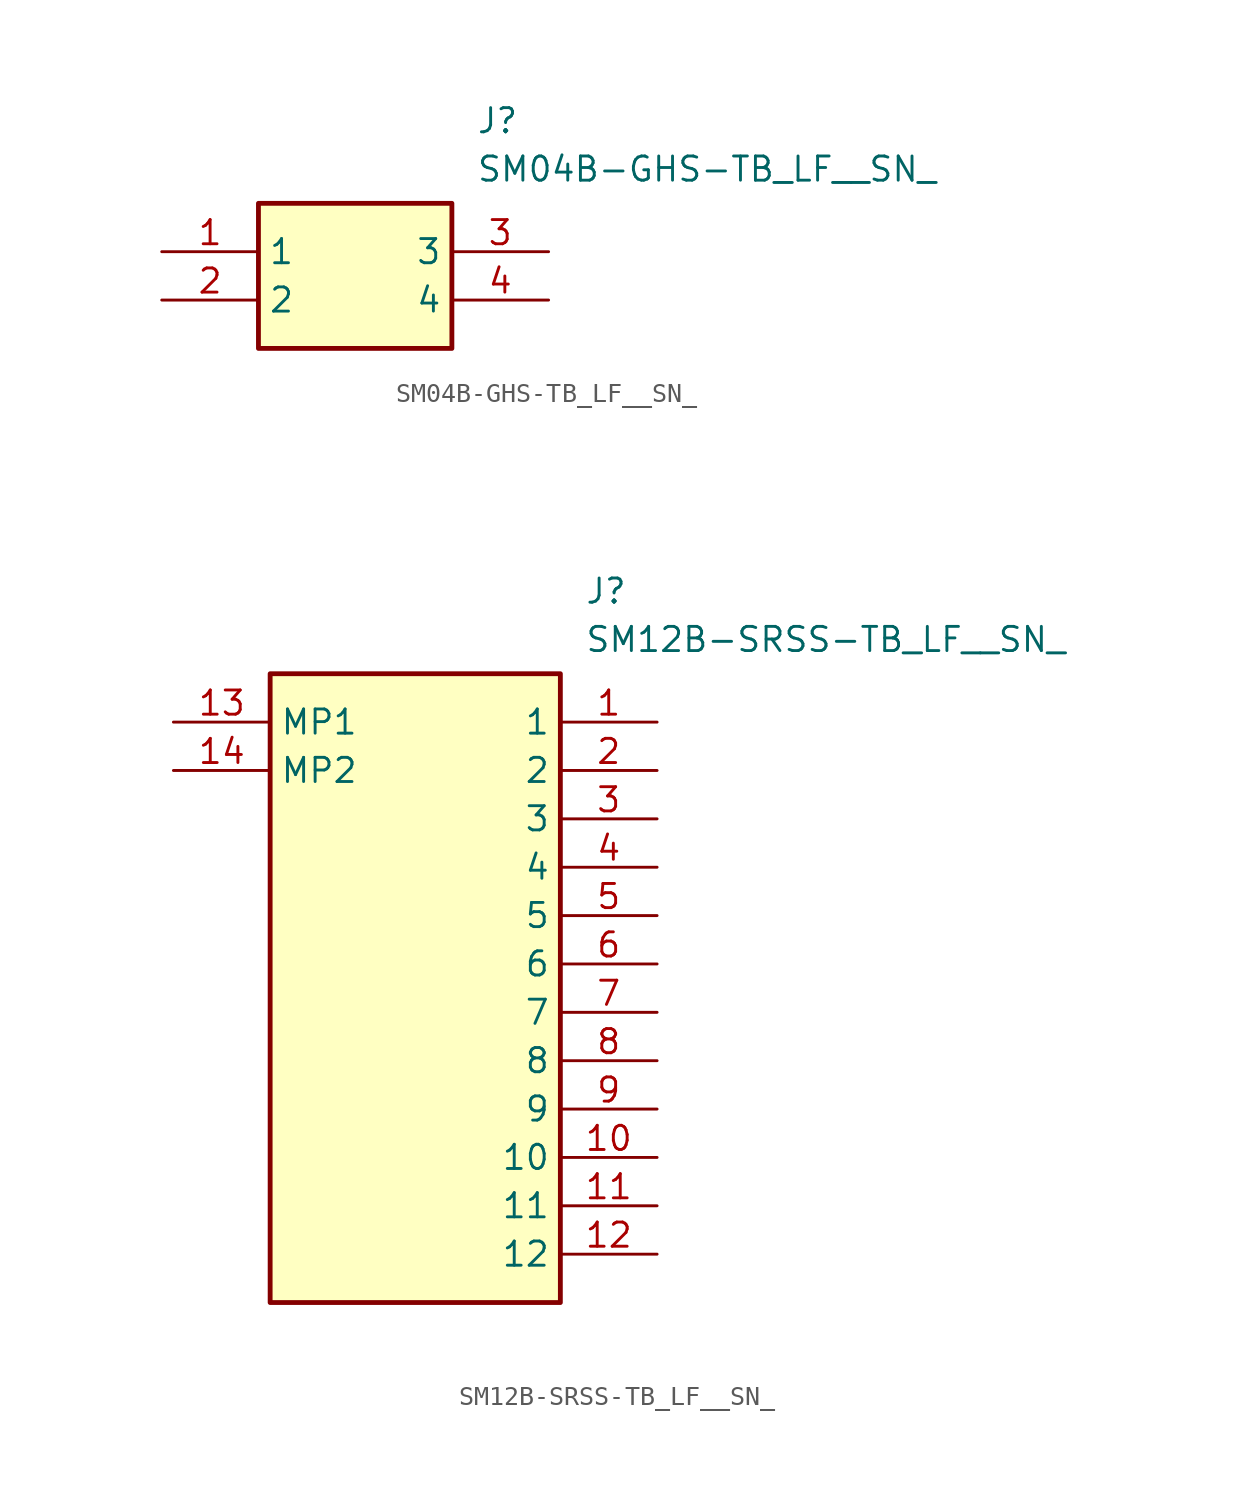
<source format=kicad_sym>
(kicad_symbol_lib
  (version 20241209)
  (generator "kicad_symbol_editor")
  (generator_version "9.0")
  (symbol "SM04B-GHS-TB_LF__SN_"
    (property "Reference" "J"
      (at 16.51 7.62 0)
      (effects (font (size 1.27 1.27)) (justify left top)))
    (property "Value" "SM04B-GHS-TB_LF__SN_"
      (at 16.51 5.08 0)
      (effects (font (size 1.27 1.27)) (justify left top)))
    (symbol "SM04B-GHS-TB_LF__SN__1_1"
      (rectangle (start 5.08 2.54) (end 15.24 -5.08) (stroke (width 0.254) (type default)) (fill (type background)))
      (pin passive line (at 0 0 0) (length 5.08) (name "1" (effects (font (size 1.27 1.27)))) (number "1" (effects (font (size 1.27 1.27)))))
      (pin passive line (at 0 -2.54 0) (length 5.08) (name "2" (effects (font (size 1.27 1.27)))) (number "2" (effects (font (size 1.27 1.27)))))
      (pin passive line (at 20.32 0 180) (length 5.08) (name "3" (effects (font (size 1.27 1.27)))) (number "3" (effects (font (size 1.27 1.27)))))
      (pin passive line (at 20.32 -2.54 180) (length 5.08) (name "4" (effects (font (size 1.27 1.27)))) (number "4" (effects (font (size 1.27 1.27)))))))
  (symbol "SM12B-SRSS-TB_LF__SN_"
    (property "Reference" "J"
      (at 21.59 7.62 0)
      (effects (font (size 1.27 1.27)) (justify left top)))
    (property "Value" "SM12B-SRSS-TB_LF__SN_"
      (at 21.59 5.08 0)
      (effects (font (size 1.27 1.27)) (justify left top)))
    (rectangle
      (start 5.08 2.54)
      (end 20.32 -30.48)
      (stroke (width 0.254) (type default))
      (fill (type background)))
    (pin passive line
      (at 25.4 0 180)
      (length 5.08)
      (name "1" (effects (font (size 1.27 1.27))))
      (number "1" (effects (font (size 1.27 1.27)))))
    (pin passive line
      (at 25.4 -2.54 180)
      (length 5.08)
      (name "2" (effects (font (size 1.27 1.27))))
      (number "2" (effects (font (size 1.27 1.27)))))
    (pin passive line
      (at 25.4 -5.08 180)
      (length 5.08)
      (name "3" (effects (font (size 1.27 1.27))))
      (number "3" (effects (font (size 1.27 1.27)))))
    (pin passive line
      (at 25.4 -7.62 180)
      (length 5.08)
      (name "4" (effects (font (size 1.27 1.27))))
      (number "4" (effects (font (size 1.27 1.27)))))
    (pin passive line
      (at 25.4 -10.16 180)
      (length 5.08)
      (name "5" (effects (font (size 1.27 1.27))))
      (number "5" (effects (font (size 1.27 1.27)))))
    (pin passive line
      (at 25.4 -12.7 180)
      (length 5.08)
      (name "6" (effects (font (size 1.27 1.27))))
      (number "6" (effects (font (size 1.27 1.27)))))
    (pin passive line
      (at 25.4 -15.24 180)
      (length 5.08)
      (name "7" (effects (font (size 1.27 1.27))))
      (number "7" (effects (font (size 1.27 1.27)))))
    (pin passive line
      (at 25.4 -17.78 180)
      (length 5.08)
      (name "8" (effects (font (size 1.27 1.27))))
      (number "8" (effects (font (size 1.27 1.27)))))
    (pin passive line
      (at 25.4 -20.32 180)
      (length 5.08)
      (name "9" (effects (font (size 1.27 1.27))))
      (number "9" (effects (font (size 1.27 1.27)))))
    (pin passive line
      (at 25.4 -22.86 180)
      (length 5.08)
      (name "10" (effects (font (size 1.27 1.27))))
      (number "10" (effects (font (size 1.27 1.27)))))
    (pin passive line
      (at 25.4 -25.4 180)
      (length 5.08)
      (name "11" (effects (font (size 1.27 1.27))))
      (number "11" (effects (font (size 1.27 1.27)))))
    (pin passive line
      (at 25.4 -27.94 180)
      (length 5.08)
      (name "12" (effects (font (size 1.27 1.27))))
      (number "12" (effects (font (size 1.27 1.27)))))
    (pin passive line
      (at 0 0 0)
      (length 5.08)
      (name "MP1" (effects (font (size 1.27 1.27))))
      (number "13" (effects (font (size 1.27 1.27)))))
    (pin passive line
      (at 0 -2.54 0)
      (length 5.08)
      (name "MP2" (effects (font (size 1.27 1.27))))
      (number "14" (effects (font (size 1.27 1.27)))))))
</source>
